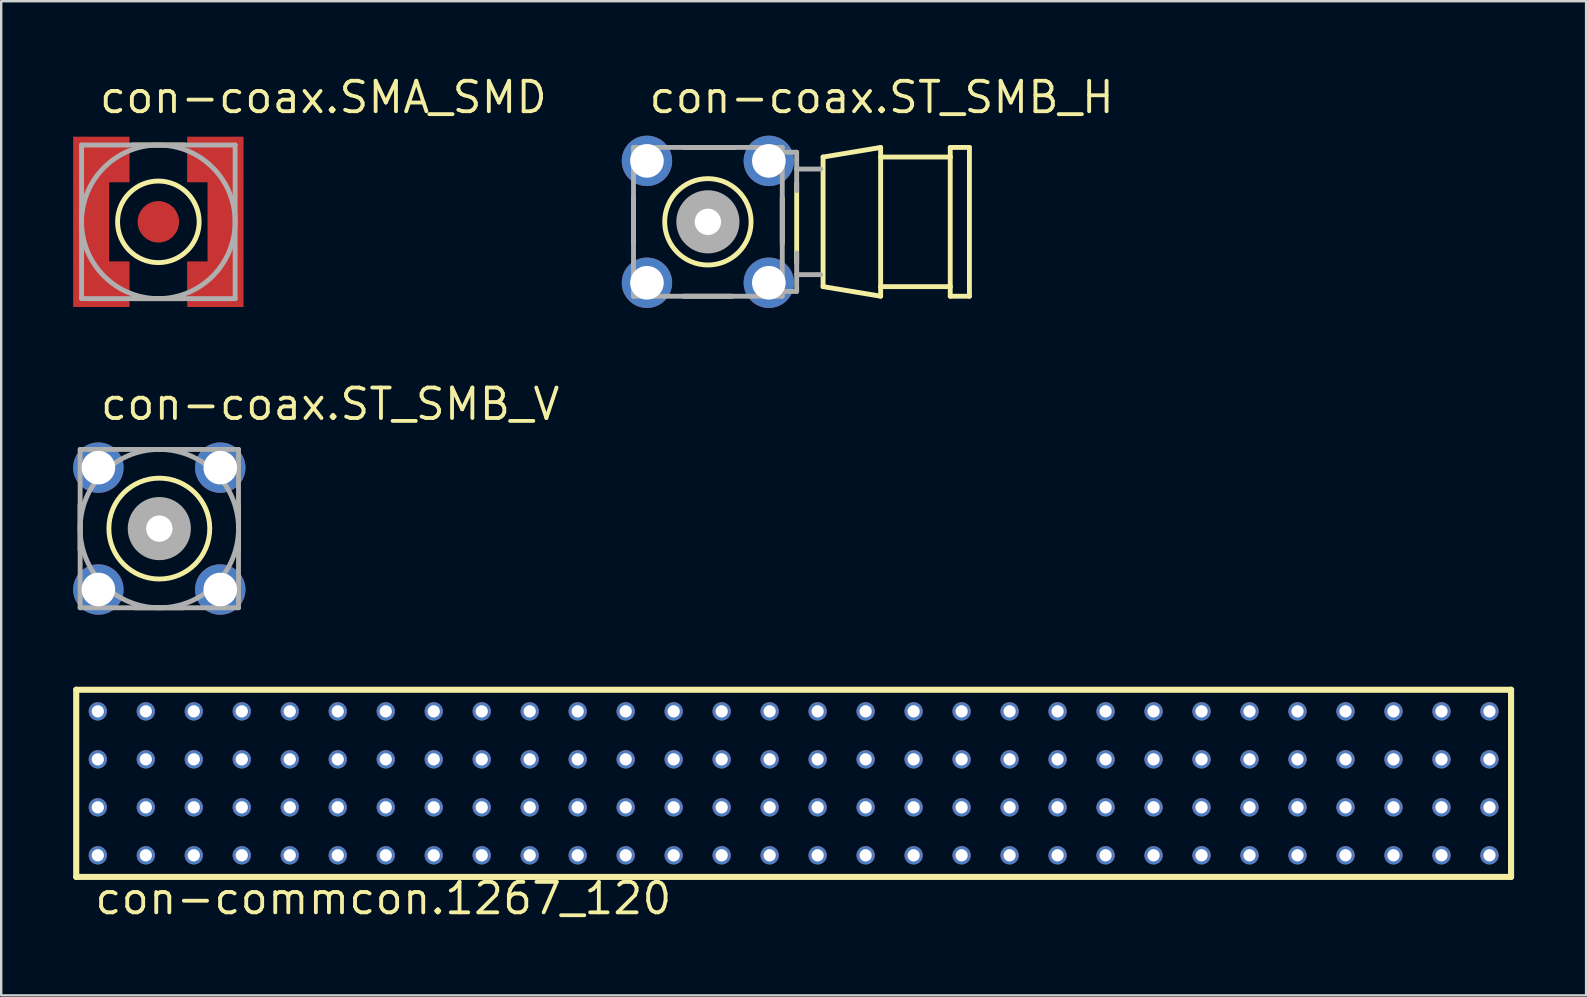
<source format=kicad_pcb>
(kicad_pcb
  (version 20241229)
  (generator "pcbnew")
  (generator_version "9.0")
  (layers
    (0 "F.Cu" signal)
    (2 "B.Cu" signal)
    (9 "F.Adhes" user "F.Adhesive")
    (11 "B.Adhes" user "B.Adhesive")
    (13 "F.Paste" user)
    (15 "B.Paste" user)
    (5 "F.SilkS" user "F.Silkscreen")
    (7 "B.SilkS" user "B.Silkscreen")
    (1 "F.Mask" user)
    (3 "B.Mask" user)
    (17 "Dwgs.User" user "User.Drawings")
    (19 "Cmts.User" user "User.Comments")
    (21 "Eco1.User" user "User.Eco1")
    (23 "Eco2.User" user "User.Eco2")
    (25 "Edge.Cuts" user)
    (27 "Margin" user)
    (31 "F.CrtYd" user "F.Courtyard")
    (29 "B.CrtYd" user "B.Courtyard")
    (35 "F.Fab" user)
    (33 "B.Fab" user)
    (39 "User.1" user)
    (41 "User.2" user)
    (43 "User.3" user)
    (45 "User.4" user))
  (footprint "con-coax.ST_SMB_H"
    (layer "F.Cu")
    (at 26.453 6.195)
    (property "Reference" "con-coax.ST_SMB_H" (at -2.54 -4.445 0) (layer "F.SilkS") (effects (font (size 1.27 1.27) (thickness 0.16)) (justify left bottom)))
    (attr through_hole)
    (fp_line (start -3.1 0.9) (end -3.1 -1) (stroke (width 0.203) (type default)) (layer "F.SilkS"))
    (fp_line (start -1 -3.1) (end 1.1 -3.1) (stroke (width 0.203) (type default)) (layer "F.SilkS"))
    (fp_line (start 1 3.1) (end -1 3.1) (stroke (width 0.203) (type default)) (layer "F.SilkS"))
    (fp_line (start 3.1 -1) (end 3.1 0.9) (stroke (width 0.203) (type default)) (layer "F.SilkS"))
    (fp_line (start 3.7 -1.6) (end 3.7 1.7) (stroke (width 0.203) (type default)) (layer "F.SilkS"))
    (fp_line (start 4.8 -2.7) (end 4.8 2.7) (stroke (width 0.203) (type default)) (layer "F.SilkS"))
    (fp_line (start 4.8 -2.7) (end 7.2 -3.1) (stroke (width 0.203) (type default)) (layer "F.SilkS"))
    (fp_line (start 4.8 2.7) (end 7.2 3.1) (stroke (width 0.203) (type default)) (layer "F.SilkS"))
    (fp_line (start 7.2 -2.7) (end 7.2 -3.1) (stroke (width 0.203) (type default)) (layer "F.SilkS"))
    (fp_line (start 7.2 -2.7) (end 7.2 2.7) (stroke (width 0.203) (type default)) (layer "F.SilkS"))
    (fp_line (start 7.2 -2.7) (end 10.1 -2.7) (stroke (width 0.203) (type default)) (layer "F.SilkS"))
    (fp_line (start 7.2 2.7) (end 7.2 3.1) (stroke (width 0.203) (type default)) (layer "F.SilkS"))
    (fp_line (start 7.2 2.7) (end 10.1 2.7) (stroke (width 0.203) (type default)) (layer "F.SilkS"))
    (fp_line (start 10.1 -3.1) (end 10.1 -2.7) (stroke (width 0.203) (type default)) (layer "F.SilkS"))
    (fp_line (start 10.1 -2.7) (end 10.1 2.7) (stroke (width 0.203) (type default)) (layer "F.SilkS"))
    (fp_line (start 10.1 2.7) (end 10.1 3.1) (stroke (width 0.203) (type default)) (layer "F.SilkS"))
    (fp_line (start 10.1 3.1) (end 10.9 3.1) (stroke (width 0.203) (type default)) (layer "F.SilkS"))
    (fp_line (start 10.9 -3.1) (end 10.1 -3.1) (stroke (width 0.203) (type default)) (layer "F.SilkS"))
    (fp_line (start 10.9 -3.1) (end 10.9 3.1) (stroke (width 0.203) (type default)) (layer "F.SilkS"))
    (fp_circle (center 0 0) (end 1.8 0) (stroke (width 0.203) (type default)) (fill no) (layer "F.SilkS"))
    (fp_line (start -3.1 -3.1) (end -3.1 3.1) (stroke (width 0.203) (type default)) (layer "F.Fab"))
    (fp_line (start -3.1 3.1) (end 3.1 3.1) (stroke (width 0.203) (type default)) (layer "F.Fab"))
    (fp_line (start 3.1 -3.1) (end -3.1 -3.1) (stroke (width 0.203) (type default)) (layer "F.Fab"))
    (fp_line (start 3.1 3.1) (end 3.1 -3.1) (stroke (width 0.203) (type default)) (layer "F.Fab"))
    (fp_line (start 3.2 -2.9) (end 3.7 -2.9) (stroke (width 0.203) (type default)) (layer "F.Fab"))
    (fp_line (start 3.7 -2.9) (end 3.7 -2.2) (stroke (width 0.203) (type default)) (layer "F.Fab"))
    (fp_line (start 3.7 -2.2) (end 3.7 -1.3) (stroke (width 0.203) (type default)) (layer "F.Fab"))
    (fp_line (start 3.7 -2.2) (end 4.7 -2.2) (stroke (width 0.203) (type default)) (layer "F.Fab"))
    (fp_line (start 3.7 1.3) (end 3.7 2.2) (stroke (width 0.203) (type default)) (layer "F.Fab"))
    (fp_line (start 3.7 2.2) (end 3.7 2.9) (stroke (width 0.203) (type default)) (layer "F.Fab"))
    (fp_line (start 3.7 2.2) (end 4.7 2.2) (stroke (width 0.203) (type default)) (layer "F.Fab"))
    (fp_line (start 3.7 2.9) (end 3.2 2.9) (stroke (width 0.203) (type default)) (layer "F.Fab"))
    (fp_circle (center 0 0) (end 0.3 0) (stroke (width 1.016) (type default)) (fill no) (layer "F.Fab"))
    (pad "1" thru_hole circle (at 0 0) (size 1.65 1.65) (drill 1.1) (layers "*.Cu" "*.Mask"))
    (pad "2" thru_hole circle (at -2.54 -2.54) (size 2.1 2.1) (drill 1.4) (layers "*.Cu" "*.Mask"))
    (pad "3" thru_hole circle (at 2.54 -2.54) (size 2.1 2.1) (drill 1.4) (layers "*.Cu" "*.Mask"))
    (pad "4" thru_hole circle (at 2.54 2.54) (size 2.1 2.1) (drill 1.4) (layers "*.Cu" "*.Mask"))
    (pad "5" thru_hole circle (at -2.54 2.54) (size 2.1 2.1) (drill 1.4) (layers "*.Cu" "*.Mask")))
  (footprint "con-coax.SMA_SMD"
    (layer "F.Cu")
    (at 3.55 6.195)
    (property "Reference" "con-coax.SMA_SMD" (at -2.54 -4.445 0) (layer "F.SilkS") (effects (font (size 1.27 1.27) (thickness 0.16)) (justify left bottom)))
    (attr smd)
    (fp_line (start -1.1 -3.2) (end 1.1 -3.2) (stroke (width 0.203) (type default)) (layer "F.SilkS"))
    (fp_line (start 1.1 3.2) (end -1.1 3.2) (stroke (width 0.203) (type default)) (layer "F.SilkS"))
    (fp_circle (center 0 0) (end 1.7 0) (stroke (width 0.203) (type default)) (fill no) (layer "F.SilkS"))
    (fp_line (start -3.2 3.2) (end -3.2 -3.2) (stroke (width 0.203) (type default)) (layer "F.Fab"))
    (fp_line (start -3.2 -3.2) (end 3.2 -3.2) (stroke (width 0.203) (type default)) (layer "F.Fab"))
    (fp_line (start 3.2 3.2) (end -3.2 3.2) (stroke (width 0.203) (type default)) (layer "F.Fab"))
    (fp_line (start 3.2 -3.2) (end 3.2 3.2) (stroke (width 0.203) (type default)) (layer "F.Fab"))
    (fp_circle (center 0 0) (end 3.2 0) (stroke (width 0.203) (type default)) (fill no) (layer "F.Fab"))
    (pad "1" smd roundrect (at 0 0) (size 1.73 1.73) (layers "F.Cu" "F.Mask" "F.Paste") (roundrect_rratio 0.5))
    (pad "2@1" smd roundrect (at -2.375 -2.6) (size 2.35 1.9) (layers "F.Cu" "F.Mask" "F.Paste") (roundrect_rratio 0.01))
    (pad "2@2" smd roundrect (at -2.375 2.6) (size 2.35 1.9) (layers "F.Cu" "F.Mask" "F.Paste") (roundrect_rratio 0.01))
    (pad "2@3" smd roundrect (at 2.375 2.6 180) (size 2.35 1.9) (layers "F.Cu" "F.Mask" "F.Paste") (roundrect_rratio 0.01))
    (pad "2@4" smd roundrect (at 2.375 -2.6 180) (size 2.35 1.9) (layers "F.Cu" "F.Mask" "F.Paste") (roundrect_rratio 0.01))
    (pad "2@5" smd roundrect (at -2.8 0) (size 1.5 3.4) (layers "F.Cu" "F.Mask" "F.Paste") (roundrect_rratio 0.01))
    (pad "2@6" smd roundrect (at 2.8 0 180) (size 1.5 3.4) (layers "F.Cu" "F.Mask" "F.Paste") (roundrect_rratio 0.01)))
  (footprint "con-coax.ST_SMB_V"
    (layer "F.Cu")
    (at 3.59 18.98)
    (property "Reference" "con-coax.ST_SMB_V" (at -2.54 -4.445 0) (layer "F.SilkS") (effects (font (size 1.27 1.27) (thickness 0.16)) (justify left bottom)))
    (attr through_hole)
    (fp_line (start -3.3 0.9) (end -3.3 -1) (stroke (width 0.203) (type default)) (layer "F.SilkS"))
    (fp_line (start -1 -3.3) (end 1.1 -3.3) (stroke (width 0.203) (type default)) (layer "F.SilkS"))
    (fp_line (start 1 3.3) (end -1 3.3) (stroke (width 0.203) (type default)) (layer "F.SilkS"))
    (fp_line (start 3.3 -1) (end 3.3 0.9) (stroke (width 0.203) (type default)) (layer "F.SilkS"))
    (fp_circle (center 0 0) (end 2.102 0) (stroke (width 0.203) (type default)) (fill no) (layer "F.SilkS"))
    (fp_line (start -3.3 -3.3) (end -3.3 3.3) (stroke (width 0.203) (type default)) (layer "F.Fab"))
    (fp_line (start -3.3 3.3) (end 3.3 3.3) (stroke (width 0.203) (type default)) (layer "F.Fab"))
    (fp_line (start 3.3 -3.3) (end -3.3 -3.3) (stroke (width 0.203) (type default)) (layer "F.Fab"))
    (fp_line (start 3.3 3.3) (end 3.3 -3.3) (stroke (width 0.203) (type default)) (layer "F.Fab"))
    (fp_circle (center 0 0) (end 0.3 0) (stroke (width 1.016) (type default)) (fill no) (layer "F.Fab"))
    (fp_circle (center 0 0) (end 3.3 0) (stroke (width 0.203) (type default)) (fill no) (layer "F.Fab"))
    (pad "1" thru_hole circle (at 0 0) (size 1.65 1.65) (drill 1.1) (layers "*.Cu" "*.Mask"))
    (pad "2" thru_hole circle (at -2.54 -2.54) (size 2.1 2.1) (drill 1.4) (layers "*.Cu" "*.Mask"))
    (pad "3" thru_hole circle (at 2.54 -2.54) (size 2.1 2.1) (drill 1.4) (layers "*.Cu" "*.Mask"))
    (pad "4" thru_hole circle (at 2.54 2.54) (size 2.1 2.1) (drill 1.4) (layers "*.Cu" "*.Mask"))
    (pad "5" thru_hole circle (at -2.54 2.54) (size 2.1 2.1) (drill 1.4) (layers "*.Cu" "*.Mask")))
  (footprint "con-commcon.1267_120"
    (layer "F.Cu")
    (at 30.027 29.597)
    (property "Reference" "con-commcon.1267_120" (at -29.21 5.54 0) (layer "F.SilkS") (effects (font (size 1.27 1.27) (thickness 0.16)) (justify left bottom)))
    (attr through_hole)
    (fp_line (start -29.9 -3.9) (end -29.9 3.9) (stroke (width 0.254) (type default)) (layer "F.SilkS"))
    (fp_line (start -29.9 3.9) (end 29.9 3.9) (stroke (width 0.254) (type default)) (layer "F.SilkS"))
    (fp_line (start 29.9 -3.9) (end -29.9 -3.9) (stroke (width 0.254) (type default)) (layer "F.SilkS"))
    (fp_line (start 29.9 3.9) (end 29.9 -3.9) (stroke (width 0.254) (type default)) (layer "F.SilkS"))
    (pad "A1" thru_hole circle (at -29 3) (size 0.762 0.762) (drill 0.508) (layers "*.Cu" "*.Mask"))
    (pad "A2" thru_hole circle (at -27 3) (size 0.762 0.762) (drill 0.508) (layers "*.Cu" "*.Mask"))
    (pad "A3" thru_hole circle (at -25 3) (size 0.762 0.762) (drill 0.508) (layers "*.Cu" "*.Mask"))
    (pad "A4" thru_hole circle (at -23 3) (size 0.762 0.762) (drill 0.508) (layers "*.Cu" "*.Mask"))
    (pad "A5" thru_hole circle (at -21 3) (size 0.762 0.762) (drill 0.508) (layers "*.Cu" "*.Mask"))
    (pad "A6" thru_hole circle (at -19 3) (size 0.762 0.762) (drill 0.508) (layers "*.Cu" "*.Mask"))
    (pad "A7" thru_hole circle (at -17 3) (size 0.762 0.762) (drill 0.508) (layers "*.Cu" "*.Mask"))
    (pad "A8" thru_hole circle (at -15 3) (size 0.762 0.762) (drill 0.508) (layers "*.Cu" "*.Mask"))
    (pad "A9" thru_hole circle (at -13 3) (size 0.762 0.762) (drill 0.508) (layers "*.Cu" "*.Mask"))
    (pad "A10" thru_hole circle (at -11 3) (size 0.762 0.762) (drill 0.508) (layers "*.Cu" "*.Mask"))
    (pad "A11" thru_hole circle (at -9 3) (size 0.762 0.762) (drill 0.508) (layers "*.Cu" "*.Mask"))
    (pad "A12" thru_hole circle (at -7 3) (size 0.762 0.762) (drill 0.508) (layers "*.Cu" "*.Mask"))
    (pad "A13" thru_hole circle (at -5 3) (size 0.762 0.762) (drill 0.508) (layers "*.Cu" "*.Mask"))
    (pad "A14" thru_hole circle (at -3 3) (size 0.762 0.762) (drill 0.508) (layers "*.Cu" "*.Mask"))
    (pad "A15" thru_hole circle (at -1 3) (size 0.762 0.762) (drill 0.508) (layers "*.Cu" "*.Mask"))
    (pad "A16" thru_hole circle (at 1 3) (size 0.762 0.762) (drill 0.508) (layers "*.Cu" "*.Mask"))
    (pad "A17" thru_hole circle (at 3 3) (size 0.762 0.762) (drill 0.508) (layers "*.Cu" "*.Mask"))
    (pad "A18" thru_hole circle (at 5 3) (size 0.762 0.762) (drill 0.508) (layers "*.Cu" "*.Mask"))
    (pad "A19" thru_hole circle (at 7 3) (size 0.762 0.762) (drill 0.508) (layers "*.Cu" "*.Mask"))
    (pad "A20" thru_hole circle (at 9 3) (size 0.762 0.762) (drill 0.508) (layers "*.Cu" "*.Mask"))
    (pad "A21" thru_hole circle (at 11 3) (size 0.762 0.762) (drill 0.508) (layers "*.Cu" "*.Mask"))
    (pad "A22" thru_hole circle (at 13 3) (size 0.762 0.762) (drill 0.508) (layers "*.Cu" "*.Mask"))
    (pad "A23" thru_hole circle (at 15 3) (size 0.762 0.762) (drill 0.508) (layers "*.Cu" "*.Mask"))
    (pad "A24" thru_hole circle (at 17 3) (size 0.762 0.762) (drill 0.508) (layers "*.Cu" "*.Mask"))
    (pad "A25" thru_hole circle (at 19 3) (size 0.762 0.762) (drill 0.508) (layers "*.Cu" "*.Mask"))
    (pad "A26" thru_hole circle (at 21 3) (size 0.762 0.762) (drill 0.508) (layers "*.Cu" "*.Mask"))
    (pad "A27" thru_hole circle (at 23 3) (size 0.762 0.762) (drill 0.508) (layers "*.Cu" "*.Mask"))
    (pad "A28" thru_hole circle (at 25 3) (size 0.762 0.762) (drill 0.508) (layers "*.Cu" "*.Mask"))
    (pad "A29" thru_hole circle (at 27 3) (size 0.762 0.762) (drill 0.508) (layers "*.Cu" "*.Mask"))
    (pad "A30" thru_hole circle (at 29 3) (size 0.762 0.762) (drill 0.508) (layers "*.Cu" "*.Mask"))
    (pad "B1" thru_hole circle (at -29 1) (size 0.762 0.762) (drill 0.508) (layers "*.Cu" "*.Mask"))
    (pad "B2" thru_hole circle (at -27 1) (size 0.762 0.762) (drill 0.508) (layers "*.Cu" "*.Mask"))
    (pad "B3" thru_hole circle (at -25 1) (size 0.762 0.762) (drill 0.508) (layers "*.Cu" "*.Mask"))
    (pad "B4" thru_hole circle (at -23 1) (size 0.762 0.762) (drill 0.508) (layers "*.Cu" "*.Mask"))
    (pad "B5" thru_hole circle (at -21 1) (size 0.762 0.762) (drill 0.508) (layers "*.Cu" "*.Mask"))
    (pad "B6" thru_hole circle (at -19 1) (size 0.762 0.762) (drill 0.508) (layers "*.Cu" "*.Mask"))
    (pad "B7" thru_hole circle (at -17 1) (size 0.762 0.762) (drill 0.508) (layers "*.Cu" "*.Mask"))
    (pad "B8" thru_hole circle (at -15 1) (size 0.762 0.762) (drill 0.508) (layers "*.Cu" "*.Mask"))
    (pad "B9" thru_hole circle (at -13 1) (size 0.762 0.762) (drill 0.508) (layers "*.Cu" "*.Mask"))
    (pad "B10" thru_hole circle (at -11 1) (size 0.762 0.762) (drill 0.508) (layers "*.Cu" "*.Mask"))
    (pad "B11" thru_hole circle (at -9 1) (size 0.762 0.762) (drill 0.508) (layers "*.Cu" "*.Mask"))
    (pad "B12" thru_hole circle (at -7 1) (size 0.762 0.762) (drill 0.508) (layers "*.Cu" "*.Mask"))
    (pad "B13" thru_hole circle (at -5 1) (size 0.762 0.762) (drill 0.508) (layers "*.Cu" "*.Mask"))
    (pad "B14" thru_hole circle (at -3 1) (size 0.762 0.762) (drill 0.508) (layers "*.Cu" "*.Mask"))
    (pad "B15" thru_hole circle (at -1 1) (size 0.762 0.762) (drill 0.508) (layers "*.Cu" "*.Mask"))
    (pad "B16" thru_hole circle (at 1 1) (size 0.762 0.762) (drill 0.508) (layers "*.Cu" "*.Mask"))
    (pad "B17" thru_hole circle (at 3 1) (size 0.762 0.762) (drill 0.508) (layers "*.Cu" "*.Mask"))
    (pad "B18" thru_hole circle (at 5 1) (size 0.762 0.762) (drill 0.508) (layers "*.Cu" "*.Mask"))
    (pad "B19" thru_hole circle (at 7 1) (size 0.762 0.762) (drill 0.508) (layers "*.Cu" "*.Mask"))
    (pad "B20" thru_hole circle (at 9 1) (size 0.762 0.762) (drill 0.508) (layers "*.Cu" "*.Mask"))
    (pad "B21" thru_hole circle (at 11 1) (size 0.762 0.762) (drill 0.508) (layers "*.Cu" "*.Mask"))
    (pad "B22" thru_hole circle (at 13 1) (size 0.762 0.762) (drill 0.508) (layers "*.Cu" "*.Mask"))
    (pad "B23" thru_hole circle (at 15 1) (size 0.762 0.762) (drill 0.508) (layers "*.Cu" "*.Mask"))
    (pad "B24" thru_hole circle (at 17 1) (size 0.762 0.762) (drill 0.508) (layers "*.Cu" "*.Mask"))
    (pad "B25" thru_hole circle (at 19 1) (size 0.762 0.762) (drill 0.508) (layers "*.Cu" "*.Mask"))
    (pad "B26" thru_hole circle (at 21 1) (size 0.762 0.762) (drill 0.508) (layers "*.Cu" "*.Mask"))
    (pad "B27" thru_hole circle (at 23 1) (size 0.762 0.762) (drill 0.508) (layers "*.Cu" "*.Mask"))
    (pad "B28" thru_hole circle (at 25 1) (size 0.762 0.762) (drill 0.508) (layers "*.Cu" "*.Mask"))
    (pad "B29" thru_hole circle (at 27 1) (size 0.762 0.762) (drill 0.508) (layers "*.Cu" "*.Mask"))
    (pad "B30" thru_hole circle (at 29 1) (size 0.762 0.762) (drill 0.508) (layers "*.Cu" "*.Mask"))
    (pad "C1" thru_hole circle (at -29 -1) (size 0.762 0.762) (drill 0.508) (layers "*.Cu" "*.Mask"))
    (pad "C2" thru_hole circle (at -27 -1) (size 0.762 0.762) (drill 0.508) (layers "*.Cu" "*.Mask"))
    (pad "C3" thru_hole circle (at -25 -1) (size 0.762 0.762) (drill 0.508) (layers "*.Cu" "*.Mask"))
    (pad "C4" thru_hole circle (at -23 -1) (size 0.762 0.762) (drill 0.508) (layers "*.Cu" "*.Mask"))
    (pad "C5" thru_hole circle (at -21 -1) (size 0.762 0.762) (drill 0.508) (layers "*.Cu" "*.Mask"))
    (pad "C6" thru_hole circle (at -19 -1) (size 0.762 0.762) (drill 0.508) (layers "*.Cu" "*.Mask"))
    (pad "C7" thru_hole circle (at -17 -1) (size 0.762 0.762) (drill 0.508) (layers "*.Cu" "*.Mask"))
    (pad "C8" thru_hole circle (at -15 -1) (size 0.762 0.762) (drill 0.508) (layers "*.Cu" "*.Mask"))
    (pad "C9" thru_hole circle (at -13 -1) (size 0.762 0.762) (drill 0.508) (layers "*.Cu" "*.Mask"))
    (pad "C10" thru_hole circle (at -11 -1) (size 0.762 0.762) (drill 0.508) (layers "*.Cu" "*.Mask"))
    (pad "C11" thru_hole circle (at -9 -1) (size 0.762 0.762) (drill 0.508) (layers "*.Cu" "*.Mask"))
    (pad "C12" thru_hole circle (at -7 -1) (size 0.762 0.762) (drill 0.508) (layers "*.Cu" "*.Mask"))
    (pad "C13" thru_hole circle (at -5 -1) (size 0.762 0.762) (drill 0.508) (layers "*.Cu" "*.Mask"))
    (pad "C14" thru_hole circle (at -3 -1) (size 0.762 0.762) (drill 0.508) (layers "*.Cu" "*.Mask"))
    (pad "C15" thru_hole circle (at -1 -1) (size 0.762 0.762) (drill 0.508) (layers "*.Cu" "*.Mask"))
    (pad "C16" thru_hole circle (at 1 -1) (size 0.762 0.762) (drill 0.508) (layers "*.Cu" "*.Mask"))
    (pad "C17" thru_hole circle (at 3 -1) (size 0.762 0.762) (drill 0.508) (layers "*.Cu" "*.Mask"))
    (pad "C18" thru_hole circle (at 5 -1) (size 0.762 0.762) (drill 0.508) (layers "*.Cu" "*.Mask"))
    (pad "C19" thru_hole circle (at 7 -1) (size 0.762 0.762) (drill 0.508) (layers "*.Cu" "*.Mask"))
    (pad "C20" thru_hole circle (at 9 -1) (size 0.762 0.762) (drill 0.508) (layers "*.Cu" "*.Mask"))
    (pad "C21" thru_hole circle (at 11 -1) (size 0.762 0.762) (drill 0.508) (layers "*.Cu" "*.Mask"))
    (pad "C22" thru_hole circle (at 13 -1) (size 0.762 0.762) (drill 0.508) (layers "*.Cu" "*.Mask"))
    (pad "C23" thru_hole circle (at 15 -1) (size 0.762 0.762) (drill 0.508) (layers "*.Cu" "*.Mask"))
    (pad "C24" thru_hole circle (at 17 -1) (size 0.762 0.762) (drill 0.508) (layers "*.Cu" "*.Mask"))
    (pad "C25" thru_hole circle (at 19 -1) (size 0.762 0.762) (drill 0.508) (layers "*.Cu" "*.Mask"))
    (pad "C26" thru_hole circle (at 21 -1) (size 0.762 0.762) (drill 0.508) (layers "*.Cu" "*.Mask"))
    (pad "C27" thru_hole circle (at 23 -1) (size 0.762 0.762) (drill 0.508) (layers "*.Cu" "*.Mask"))
    (pad "C28" thru_hole circle (at 25 -1) (size 0.762 0.762) (drill 0.508) (layers "*.Cu" "*.Mask"))
    (pad "C29" thru_hole circle (at 27 -1) (size 0.762 0.762) (drill 0.508) (layers "*.Cu" "*.Mask"))
    (pad "C30" thru_hole circle (at 29 -1) (size 0.762 0.762) (drill 0.508) (layers "*.Cu" "*.Mask"))
    (pad "D1" thru_hole circle (at -29 -3) (size 0.762 0.762) (drill 0.508) (layers "*.Cu" "*.Mask"))
    (pad "D2" thru_hole circle (at -27 -3) (size 0.762 0.762) (drill 0.508) (layers "*.Cu" "*.Mask"))
    (pad "D3" thru_hole circle (at -25 -3) (size 0.762 0.762) (drill 0.508) (layers "*.Cu" "*.Mask"))
    (pad "D4" thru_hole circle (at -23 -3) (size 0.762 0.762) (drill 0.508) (layers "*.Cu" "*.Mask"))
    (pad "D5" thru_hole circle (at -21 -3) (size 0.762 0.762) (drill 0.508) (layers "*.Cu" "*.Mask"))
    (pad "D6" thru_hole circle (at -19 -3) (size 0.762 0.762) (drill 0.508) (layers "*.Cu" "*.Mask"))
    (pad "D7" thru_hole circle (at -17 -3) (size 0.762 0.762) (drill 0.508) (layers "*.Cu" "*.Mask"))
    (pad "D8" thru_hole circle (at -15 -3) (size 0.762 0.762) (drill 0.508) (layers "*.Cu" "*.Mask"))
    (pad "D9" thru_hole circle (at -13 -3) (size 0.762 0.762) (drill 0.508) (layers "*.Cu" "*.Mask"))
    (pad "D10" thru_hole circle (at -11 -3) (size 0.762 0.762) (drill 0.508) (layers "*.Cu" "*.Mask"))
    (pad "D11" thru_hole circle (at -9 -3) (size 0.762 0.762) (drill 0.508) (layers "*.Cu" "*.Mask"))
    (pad "D12" thru_hole circle (at -7 -3) (size 0.762 0.762) (drill 0.508) (layers "*.Cu" "*.Mask"))
    (pad "D13" thru_hole circle (at -5 -3) (size 0.762 0.762) (drill 0.508) (layers "*.Cu" "*.Mask"))
    (pad "D14" thru_hole circle (at -3 -3) (size 0.762 0.762) (drill 0.508) (layers "*.Cu" "*.Mask"))
    (pad "D15" thru_hole circle (at -1 -3) (size 0.762 0.762) (drill 0.508) (layers "*.Cu" "*.Mask"))
    (pad "D16" thru_hole circle (at 1 -3) (size 0.762 0.762) (drill 0.508) (layers "*.Cu" "*.Mask"))
    (pad "D17" thru_hole circle (at 3 -3) (size 0.762 0.762) (drill 0.508) (layers "*.Cu" "*.Mask"))
    (pad "D18" thru_hole circle (at 5 -3) (size 0.762 0.762) (drill 0.508) (layers "*.Cu" "*.Mask"))
    (pad "D19" thru_hole circle (at 7 -3) (size 0.762 0.762) (drill 0.508) (layers "*.Cu" "*.Mask"))
    (pad "D20" thru_hole circle (at 9 -3) (size 0.762 0.762) (drill 0.508) (layers "*.Cu" "*.Mask"))
    (pad "D21" thru_hole circle (at 11 -3) (size 0.762 0.762) (drill 0.508) (layers "*.Cu" "*.Mask"))
    (pad "D22" thru_hole circle (at 13 -3) (size 0.762 0.762) (drill 0.508) (layers "*.Cu" "*.Mask"))
    (pad "D23" thru_hole circle (at 15 -3) (size 0.762 0.762) (drill 0.508) (layers "*.Cu" "*.Mask"))
    (pad "D24" thru_hole circle (at 17 -3) (size 0.762 0.762) (drill 0.508) (layers "*.Cu" "*.Mask"))
    (pad "D25" thru_hole circle (at 19 -3) (size 0.762 0.762) (drill 0.508) (layers "*.Cu" "*.Mask"))
    (pad "D26" thru_hole circle (at 21 -3) (size 0.762 0.762) (drill 0.508) (layers "*.Cu" "*.Mask"))
    (pad "D27" thru_hole circle (at 23 -3) (size 0.762 0.762) (drill 0.508) (layers "*.Cu" "*.Mask"))
    (pad "D28" thru_hole circle (at 25 -3) (size 0.762 0.762) (drill 0.508) (layers "*.Cu" "*.Mask"))
    (pad "D29" thru_hole circle (at 27 -3) (size 0.762 0.762) (drill 0.508) (layers "*.Cu" "*.Mask"))
    (pad "D30" thru_hole circle (at 29 -3) (size 0.762 0.762) (drill 0.508) (layers "*.Cu" "*.Mask")))
  (gr_rect
    (start -3 -3)
    (end 63.054 38.434)
    (stroke (width 0.1) (type default))
    (fill no)
    (layer "Edge.Cuts")))
</source>
